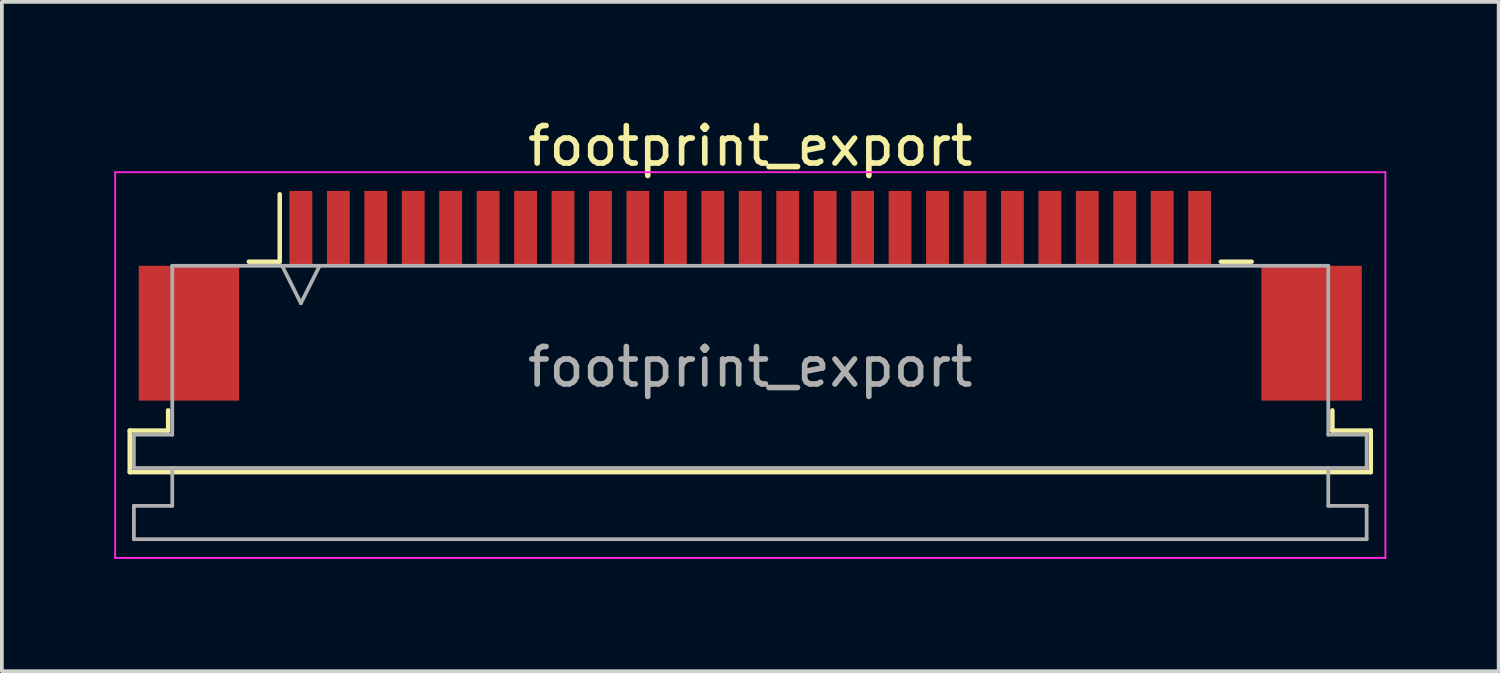
<source format=kicad_pcb>
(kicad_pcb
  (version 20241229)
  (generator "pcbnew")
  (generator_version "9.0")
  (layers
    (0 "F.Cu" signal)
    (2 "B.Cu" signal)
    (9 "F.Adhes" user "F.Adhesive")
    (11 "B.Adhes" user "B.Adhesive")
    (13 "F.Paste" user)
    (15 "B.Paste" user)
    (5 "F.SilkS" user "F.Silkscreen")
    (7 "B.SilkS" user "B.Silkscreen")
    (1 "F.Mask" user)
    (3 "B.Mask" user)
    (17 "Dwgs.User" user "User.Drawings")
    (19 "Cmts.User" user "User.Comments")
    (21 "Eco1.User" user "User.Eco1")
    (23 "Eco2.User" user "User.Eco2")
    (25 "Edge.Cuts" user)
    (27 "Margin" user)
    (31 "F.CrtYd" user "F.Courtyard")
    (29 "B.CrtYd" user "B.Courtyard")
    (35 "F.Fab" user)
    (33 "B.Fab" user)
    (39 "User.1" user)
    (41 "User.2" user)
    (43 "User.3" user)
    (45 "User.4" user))
  (footprint "footprint_export"
    (layer "F.Cu")
    (at 16.985 4.848)
    (property "Reference" "footprint_export" (at 0 -4 0) (layer "F.SilkS") (effects (font (size 1 1) (thickness 0.15))))
    (attr smd)
    (fp_line (start -16.57 3.6) (end -15.545 3.6) (stroke (width 0.12) (type solid)) (layer "F.SilkS"))
    (fp_line (start -16.57 4.71) (end -16.57 3.6) (stroke (width 0.12) (type solid)) (layer "F.SilkS"))
    (fp_line (start -15.545 3.6) (end -15.545 3.06) (stroke (width 0.12) (type solid)) (layer "F.SilkS"))
    (fp_line (start -13.39 -0.91) (end -12.565 -0.91) (stroke (width 0.12) (type solid)) (layer "F.SilkS"))
    (fp_line (start -12.565 -0.91) (end -12.565 -2.71) (stroke (width 0.12) (type solid)) (layer "F.SilkS"))
    (fp_line (start 12.565 -0.91) (end 13.39 -0.91) (stroke (width 0.12) (type solid)) (layer "F.SilkS"))
    (fp_line (start 15.545 3.06) (end 15.545 3.6) (stroke (width 0.12) (type solid)) (layer "F.SilkS"))
    (fp_line (start 15.545 3.6) (end 16.57 3.6) (stroke (width 0.12) (type solid)) (layer "F.SilkS"))
    (fp_line (start 16.57 3.6) (end 16.57 4.71) (stroke (width 0.12) (type solid)) (layer "F.SilkS"))
    (fp_line (start 16.57 4.71) (end -16.57 4.71) (stroke (width 0.12) (type solid)) (layer "F.SilkS"))
    (fp_line (start -16.96 -3.3) (end -16.96 7) (stroke (width 0.05) (type solid)) (layer "F.CrtYd"))
    (fp_line (start -16.96 7) (end 16.96 7) (stroke (width 0.05) (type solid)) (layer "F.CrtYd"))
    (fp_line (start 16.96 -3.3) (end -16.96 -3.3) (stroke (width 0.05) (type solid)) (layer "F.CrtYd"))
    (fp_line (start 16.96 7) (end 16.96 -3.3) (stroke (width 0.05) (type solid)) (layer "F.CrtYd"))
    (fp_line (start -16.46 3.71) (end -15.435 3.71) (stroke (width 0.1) (type solid)) (layer "F.Fab"))
    (fp_line (start -16.46 4.6) (end -16.46 3.71) (stroke (width 0.1) (type solid)) (layer "F.Fab"))
    (fp_line (start -16.46 5.61) (end -15.435 5.61) (stroke (width 0.1) (type solid)) (layer "F.Fab"))
    (fp_line (start -16.46 6.5) (end -16.46 5.61) (stroke (width 0.1) (type solid)) (layer "F.Fab"))
    (fp_line (start -15.435 -0.8) (end 15.435 -0.8) (stroke (width 0.1) (type solid)) (layer "F.Fab"))
    (fp_line (start -15.435 3.71) (end -15.435 -0.8) (stroke (width 0.1) (type solid)) (layer "F.Fab"))
    (fp_line (start -15.435 5.61) (end -15.435 4.6) (stroke (width 0.1) (type solid)) (layer "F.Fab"))
    (fp_line (start -12.5 -0.8) (end -12 0.2) (stroke (width 0.1) (type solid)) (layer "F.Fab"))
    (fp_line (start -12 0.2) (end -11.5 -0.8) (stroke (width 0.1) (type solid)) (layer "F.Fab"))
    (fp_line (start 15.435 -0.8) (end 15.435 3.71) (stroke (width 0.1) (type solid)) (layer "F.Fab"))
    (fp_line (start 15.435 3.71) (end 16.46 3.71) (stroke (width 0.1) (type solid)) (layer "F.Fab"))
    (fp_line (start 15.435 4.6) (end 15.435 5.61) (stroke (width 0.1) (type solid)) (layer "F.Fab"))
    (fp_line (start 15.435 5.61) (end 16.46 5.61) (stroke (width 0.1) (type solid)) (layer "F.Fab"))
    (fp_line (start 16.46 3.71) (end 16.46 4.6) (stroke (width 0.1) (type solid)) (layer "F.Fab"))
    (fp_line (start 16.46 4.6) (end -16.46 4.6) (stroke (width 0.1) (type solid)) (layer "F.Fab"))
    (fp_line (start 16.46 5.61) (end 16.46 6.5) (stroke (width 0.1) (type solid)) (layer "F.Fab"))
    (fp_line (start 16.46 6.5) (end -16.46 6.5) (stroke (width 0.1) (type solid)) (layer "F.Fab"))
    (fp_text user "${REFERENCE}" (at 0 1.9 0) (layer "F.Fab") (effects (font (size 1 1) (thickness 0.15))))
    (pad "1" smd rect (at -12 -1.8) (size 0.61 2) (layers "F.Cu" "F.Mask" "F.Paste"))
    (pad "2" smd rect (at -11 -1.8) (size 0.61 2) (layers "F.Cu" "F.Mask" "F.Paste"))
    (pad "3" smd rect (at -10 -1.8) (size 0.61 2) (layers "F.Cu" "F.Mask" "F.Paste"))
    (pad "4" smd rect (at -9 -1.8) (size 0.61 2) (layers "F.Cu" "F.Mask" "F.Paste"))
    (pad "5" smd rect (at -8 -1.8) (size 0.61 2) (layers "F.Cu" "F.Mask" "F.Paste"))
    (pad "6" smd rect (at -7 -1.8) (size 0.61 2) (layers "F.Cu" "F.Mask" "F.Paste"))
    (pad "7" smd rect (at -6 -1.8) (size 0.61 2) (layers "F.Cu" "F.Mask" "F.Paste"))
    (pad "8" smd rect (at -5 -1.8) (size 0.61 2) (layers "F.Cu" "F.Mask" "F.Paste"))
    (pad "9" smd rect (at -4 -1.8) (size 0.61 2) (layers "F.Cu" "F.Mask" "F.Paste"))
    (pad "10" smd rect (at -3 -1.8) (size 0.61 2) (layers "F.Cu" "F.Mask" "F.Paste"))
    (pad "11" smd rect (at -2 -1.8) (size 0.61 2) (layers "F.Cu" "F.Mask" "F.Paste"))
    (pad "12" smd rect (at -1 -1.8) (size 0.61 2) (layers "F.Cu" "F.Mask" "F.Paste"))
    (pad "13" smd rect (at 0 -1.8) (size 0.61 2) (layers "F.Cu" "F.Mask" "F.Paste"))
    (pad "14" smd rect (at 1 -1.8) (size 0.61 2) (layers "F.Cu" "F.Mask" "F.Paste"))
    (pad "15" smd rect (at 2 -1.8) (size 0.61 2) (layers "F.Cu" "F.Mask" "F.Paste"))
    (pad "16" smd rect (at 3 -1.8) (size 0.61 2) (layers "F.Cu" "F.Mask" "F.Paste"))
    (pad "17" smd rect (at 4 -1.8) (size 0.61 2) (layers "F.Cu" "F.Mask" "F.Paste"))
    (pad "18" smd rect (at 5 -1.8) (size 0.61 2) (layers "F.Cu" "F.Mask" "F.Paste"))
    (pad "19" smd rect (at 6 -1.8) (size 0.61 2) (layers "F.Cu" "F.Mask" "F.Paste"))
    (pad "20" smd rect (at 7 -1.8) (size 0.61 2) (layers "F.Cu" "F.Mask" "F.Paste"))
    (pad "21" smd rect (at 8 -1.8) (size 0.61 2) (layers "F.Cu" "F.Mask" "F.Paste"))
    (pad "22" smd rect (at 9 -1.8) (size 0.61 2) (layers "F.Cu" "F.Mask" "F.Paste"))
    (pad "23" smd rect (at 10 -1.8) (size 0.61 2) (layers "F.Cu" "F.Mask" "F.Paste"))
    (pad "24" smd rect (at 11 -1.8) (size 0.61 2) (layers "F.Cu" "F.Mask" "F.Paste"))
    (pad "25" smd rect (at 12 -1.8) (size 0.61 2) (layers "F.Cu" "F.Mask" "F.Paste"))
    (pad "MP" smd rect (at -14.99 1) (size 2.68 3.6) (layers "F.Cu" "F.Mask" "F.Paste"))
    (pad "MP" smd rect (at 14.99 1) (size 2.68 3.6) (layers "F.Cu" "F.Mask" "F.Paste")))
  (gr_rect
    (start -3 -3)
    (end 36.97 14.873)
    (stroke (width 0.1) (type default))
    (fill no)
    (layer "Edge.Cuts")))
</source>
